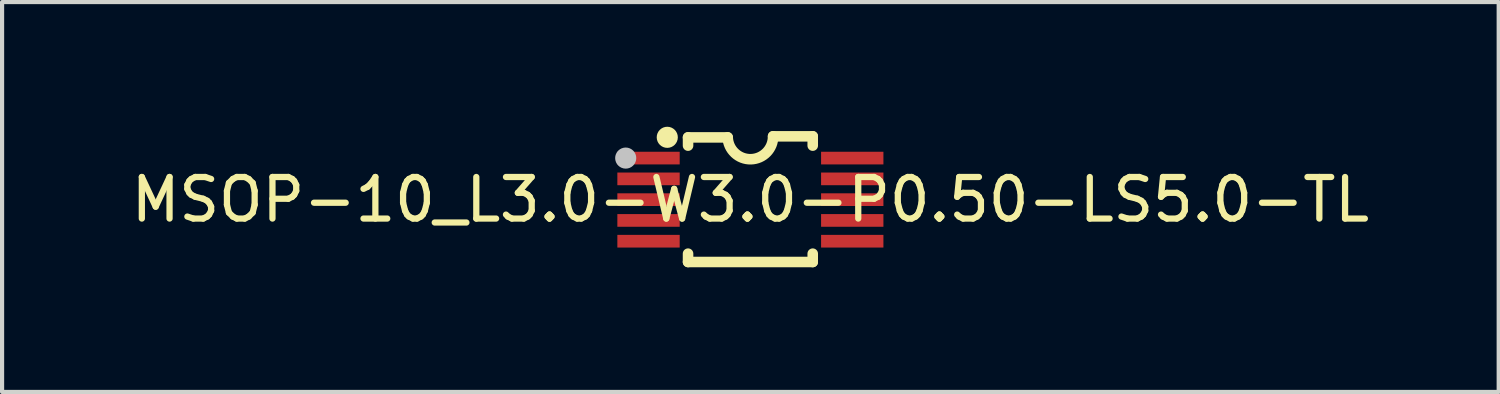
<source format=kicad_pcb>
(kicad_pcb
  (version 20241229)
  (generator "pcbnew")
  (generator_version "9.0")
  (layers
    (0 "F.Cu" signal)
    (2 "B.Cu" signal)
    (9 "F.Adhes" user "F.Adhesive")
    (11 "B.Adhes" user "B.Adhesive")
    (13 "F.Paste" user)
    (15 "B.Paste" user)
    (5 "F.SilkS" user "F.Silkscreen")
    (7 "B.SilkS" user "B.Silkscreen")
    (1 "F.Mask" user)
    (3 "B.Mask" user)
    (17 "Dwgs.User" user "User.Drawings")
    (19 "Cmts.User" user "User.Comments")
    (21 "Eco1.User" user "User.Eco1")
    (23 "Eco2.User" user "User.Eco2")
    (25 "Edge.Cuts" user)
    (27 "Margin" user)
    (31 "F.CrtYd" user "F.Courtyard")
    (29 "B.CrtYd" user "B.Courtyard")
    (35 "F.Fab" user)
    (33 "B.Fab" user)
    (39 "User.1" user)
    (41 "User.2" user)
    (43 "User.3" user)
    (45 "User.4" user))
  (footprint "MSOP-10_L3.0-W3.0-P0.50-LS5.0-TL"
    (layer "F.Cu")
    (at 15.006 1.754)
    (property "Reference" "MSOP-10_L3.0-W3.0-P0.50-LS5.0-TL" (at 0 0 0) (layer "F.SilkS") (effects (font (size 1 1) (thickness 0.15))))
    (fp_line (start -1.5 -1.3) (end -1.5 -1.498) (stroke (width 0.254) (type default)) (layer "F.SilkS"))
    (fp_line (start -1.5 1.5) (end -1.5 1.3) (stroke (width 0.254) (type default)) (layer "F.SilkS"))
    (fp_line (start -0.546 -1.498) (end -1.5 -1.498) (stroke (width 0.254) (type default)) (layer "F.SilkS"))
    (fp_line (start 1.5 -1.524) (end 0.546 -1.524) (stroke (width 0.254) (type default)) (layer "F.SilkS"))
    (fp_line (start 1.5 -1.3) (end 1.5 -1.524) (stroke (width 0.254) (type default)) (layer "F.SilkS"))
    (fp_line (start 1.5 1.5) (end -1.5 1.5) (stroke (width 0.254) (type default)) (layer "F.SilkS"))
    (fp_line (start 1.5 1.5) (end 1.5 1.3) (stroke (width 0.254) (type default)) (layer "F.SilkS"))
    (fp_arc (start 0.546 -1.524) (mid 0.012263 -0.975645) (end -0.546 -1.4985) (stroke (width 0.254) (type default)) (layer "F.SilkS"))
    (fp_circle (center -2 -1.5) (end -1.873 -1.5) (stroke (width 0.254) (type default)) (fill no) (layer "F.SilkS"))
    (fp_circle (center -3 -1) (end -2.873 -1) (stroke (width 0.254) (type default)) (fill no) (layer "Dwgs.User"))
    (fp_poly (pts (xy -2.45 -0.88) (xy -2.45 -1.12) (xy -1.85 -1.12) (xy -1.85 -0.88)) (stroke (width 0.1) (type default)) (fill no) (layer "User.1"))
    (fp_poly (pts (xy -2.45 -0.38) (xy -2.45 -0.62) (xy -1.85 -0.62) (xy -1.85 -0.38)) (stroke (width 0.1) (type default)) (fill no) (layer "User.1"))
    (fp_poly (pts (xy -2.45 0.12) (xy -2.45 -0.12) (xy -1.85 -0.12) (xy -1.85 0.12)) (stroke (width 0.1) (type default)) (fill no) (layer "User.1"))
    (fp_poly (pts (xy -2.45 0.62) (xy -2.45 0.38) (xy -1.85 0.38) (xy -1.85 0.62)) (stroke (width 0.1) (type default)) (fill no) (layer "User.1"))
    (fp_poly (pts (xy -2.45 1.12) (xy -2.45 0.88) (xy -1.85 0.88) (xy -1.85 1.12)) (stroke (width 0.1) (type default)) (fill no) (layer "User.1"))
    (fp_poly (pts (xy -1.86 -0.88) (xy -1.86 -1.12) (xy -1.49 -1.12) (xy -1.49 -0.88)) (stroke (width 0.1) (type default)) (fill no) (layer "User.1"))
    (fp_poly (pts (xy -1.86 -0.38) (xy -1.86 -0.62) (xy -1.49 -0.62) (xy -1.49 -0.38)) (stroke (width 0.1) (type default)) (fill no) (layer "User.1"))
    (fp_poly (pts (xy -1.86 0.12) (xy -1.86 -0.12) (xy -1.49 -0.12) (xy -1.49 0.12)) (stroke (width 0.1) (type default)) (fill no) (layer "User.1"))
    (fp_poly (pts (xy -1.86 0.62) (xy -1.86 0.38) (xy -1.49 0.38) (xy -1.49 0.62)) (stroke (width 0.1) (type default)) (fill no) (layer "User.1"))
    (fp_poly (pts (xy -1.86 1.12) (xy -1.86 0.88) (xy -1.49 0.88) (xy -1.49 1.12)) (stroke (width 0.1) (type default)) (fill no) (layer "User.1"))
    (fp_poly (pts (xy 1.49 -0.88) (xy 1.49 -1.12) (xy 1.86 -1.12) (xy 1.86 -0.88)) (stroke (width 0.1) (type default)) (fill no) (layer "User.1"))
    (fp_poly (pts (xy 1.49 -0.38) (xy 1.49 -0.62) (xy 1.86 -0.62) (xy 1.86 -0.38)) (stroke (width 0.1) (type default)) (fill no) (layer "User.1"))
    (fp_poly (pts (xy 1.49 0.12) (xy 1.49 -0.12) (xy 1.86 -0.12) (xy 1.86 0.12)) (stroke (width 0.1) (type default)) (fill no) (layer "User.1"))
    (fp_poly (pts (xy 1.49 0.62) (xy 1.49 0.38) (xy 1.86 0.38) (xy 1.86 0.62)) (stroke (width 0.1) (type default)) (fill no) (layer "User.1"))
    (fp_poly (pts (xy 1.49 1.12) (xy 1.49 0.88) (xy 1.86 0.88) (xy 1.86 1.12)) (stroke (width 0.1) (type default)) (fill no) (layer "User.1"))
    (fp_poly (pts (xy 1.85 -0.88) (xy 1.85 -1.12) (xy 2.45 -1.12) (xy 2.45 -0.88)) (stroke (width 0.1) (type default)) (fill no) (layer "User.1"))
    (fp_poly (pts (xy 1.85 -0.38) (xy 1.85 -0.62) (xy 2.45 -0.62) (xy 2.45 -0.38)) (stroke (width 0.1) (type default)) (fill no) (layer "User.1"))
    (fp_poly (pts (xy 1.85 0.12) (xy 1.85 -0.12) (xy 2.45 -0.12) (xy 2.45 0.12)) (stroke (width 0.1) (type default)) (fill no) (layer "User.1"))
    (fp_poly (pts (xy 1.85 0.62) (xy 1.85 0.38) (xy 2.45 0.38) (xy 2.45 0.62)) (stroke (width 0.1) (type default)) (fill no) (layer "User.1"))
    (fp_poly (pts (xy 1.85 1.12) (xy 1.85 0.88) (xy 2.45 0.88) (xy 2.45 1.12)) (stroke (width 0.1) (type default)) (fill no) (layer "User.1"))
    (fp_line (start -1.5 -1.5) (end 1.5 -1.5) (stroke (width 0.051) (type default)) (layer "User.2"))
    (fp_line (start -1.5 1.5) (end -1.5 -1.5) (stroke (width 0.051) (type default)) (layer "User.2"))
    (fp_line (start 1.5 -1.5) (end 1.5 1.5) (stroke (width 0.051) (type default)) (layer "User.2"))
    (fp_line (start 1.5 1.5) (end -1.5 1.5) (stroke (width 0.051) (type default)) (layer "User.2"))
    (fp_poly (pts (xy -2.365 -1.493) (xy -2.397 -1.525) (xy -2.443 -1.525) (xy -2.475 -1.493) (xy -2.475 -1.447) (xy -2.443 -1.415) (xy -2.397 -1.415) (xy -2.365 -1.447)) (stroke (width 0.1) (type default)) (fill no) (layer "User.3"))
    (pad "1" smd rect (at -2.451 -1) (size 1.5 0.305) (layers "F.Cu" "F.Mask" "F.Paste"))
    (pad "2" smd rect (at -2.451 -0.5) (size 1.5 0.305) (layers "F.Cu" "F.Mask" "F.Paste"))
    (pad "3" smd rect (at -2.451 0) (size 1.5 0.305) (layers "F.Cu" "F.Mask" "F.Paste"))
    (pad "4" smd rect (at -2.451 0.5) (size 1.5 0.305) (layers "F.Cu" "F.Mask" "F.Paste"))
    (pad "5" smd rect (at -2.451 1) (size 1.5 0.305) (layers "F.Cu" "F.Mask" "F.Paste"))
    (pad "6" smd rect (at 2.451 1) (size 1.5 0.305) (layers "F.Cu" "F.Mask" "F.Paste"))
    (pad "7" smd rect (at 2.451 0.5) (size 1.5 0.305) (layers "F.Cu" "F.Mask" "F.Paste"))
    (pad "8" smd rect (at 2.451 0) (size 1.5 0.305) (layers "F.Cu" "F.Mask" "F.Paste"))
    (pad "9" smd rect (at 2.451 -0.5) (size 1.5 0.305) (layers "F.Cu" "F.Mask" "F.Paste"))
    (pad "10" smd rect (at 2.451 -1) (size 1.5 0.305) (layers "F.Cu" "F.Mask" "F.Paste")))
  (gr_rect
    (start -3 -3)
    (end 33.012 6.381)
    (stroke (width 0.1) (type default))
    (fill no)
    (layer "Edge.Cuts")))
</source>
